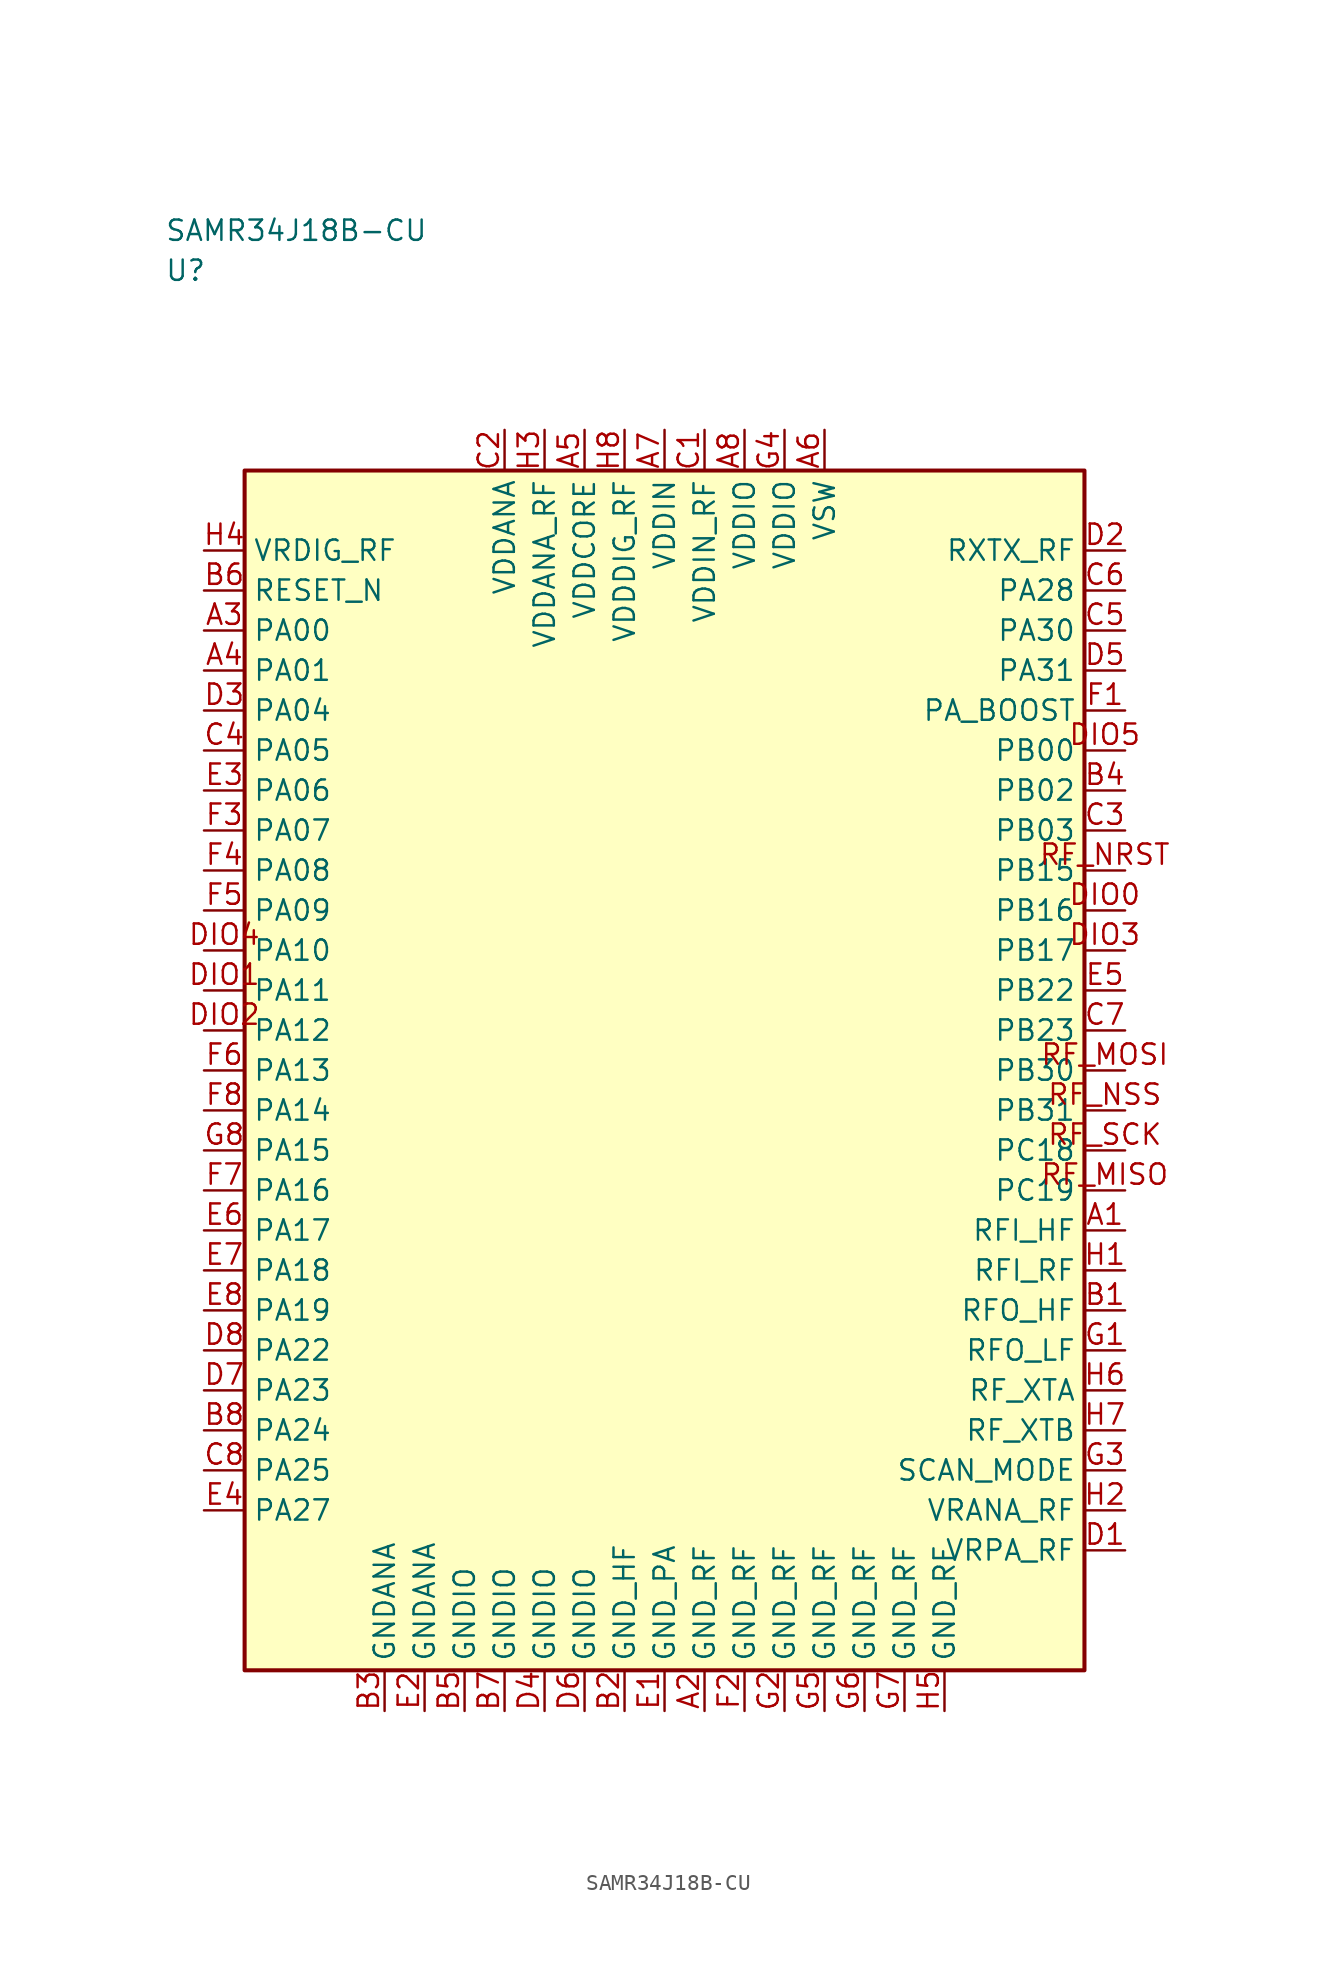
<source format=kicad_sym>
(kicad_symbol_lib
  (version 20241025)
  (generator "kicad_symbol_editor")
  (generator_version "8.0")
  (symbol "SAMR34J18B-CU"
    (property "Reference" "U"
      (at -31.25 50.0 0)
      (effects (font (size 1.27 1.27)) (justify left)))
    (property "Value" "SAMR34J18B-CU"
      (at -31.25 52.5 0)
      (effects (font (size 1.27 1.27)) (justify left)))
    (symbol "SAMR34J18B-CU_0_1"
      (rectangle (start -26.25 37.5) (end 26.25 -37.5) (stroke (width 0.254) (type default)) (fill (type background))))
    (symbol "SAMR34J18B-CU_1_1"
      (pin bidirectional line (at 28.79 10.0 180.0) (length 2.54) (name "PB16" (effects (font (size 1.27 1.27)))) (number "DIO0" (effects (font (size 1.27 1.27)))))
      (pin bidirectional line (at -28.79 5.0 0.0) (length 2.54) (name "PA11" (effects (font (size 1.27 1.27)))) (number "DIO1" (effects (font (size 1.27 1.27)))))
      (pin bidirectional line (at -28.79 2.5 0.0) (length 2.54) (name "PA12" (effects (font (size 1.27 1.27)))) (number "DIO2" (effects (font (size 1.27 1.27)))))
      (pin bidirectional line (at 28.79 7.5 180.0) (length 2.54) (name "PB17" (effects (font (size 1.27 1.27)))) (number "DIO3" (effects (font (size 1.27 1.27)))))
      (pin bidirectional line (at -28.79 7.5 0.0) (length 2.54) (name "PA10" (effects (font (size 1.27 1.27)))) (number "DIO4" (effects (font (size 1.27 1.27)))))
      (pin bidirectional line (at 28.79 20.0 180.0) (length 2.54) (name "PB00" (effects (font (size 1.27 1.27)))) (number "DIO5" (effects (font (size 1.27 1.27)))))
      (pin bidirectional line (at 28.79 -7.5 180.0) (length 2.54) (name "PC19" (effects (font (size 1.27 1.27)))) (number "RF_MISO" (effects (font (size 1.27 1.27)))))
      (pin bidirectional line (at 28.79 0.0 180.0) (length 2.54) (name "PB30" (effects (font (size 1.27 1.27)))) (number "RF_MOSI" (effects (font (size 1.27 1.27)))))
      (pin bidirectional line (at 28.79 12.5 180.0) (length 2.54) (name "PB15" (effects (font (size 1.27 1.27)))) (number "RF_NRST" (effects (font (size 1.27 1.27)))))
      (pin bidirectional line (at 28.79 -2.5 180.0) (length 2.54) (name "PB31" (effects (font (size 1.27 1.27)))) (number "RF_NSS" (effects (font (size 1.27 1.27)))))
      (pin bidirectional line (at 28.79 -5.0 180.0) (length 2.54) (name "PC18" (effects (font (size 1.27 1.27)))) (number "RF_SCK" (effects (font (size 1.27 1.27)))))
      (pin bidirectional line (at 28.79 -10.0 180.0) (length 2.54) (name "RFI_HF" (effects (font (size 1.27 1.27)))) (number "A1" (effects (font (size 1.27 1.27)))))
      (pin passive line (at 2.5 -40.04 90.0) (length 2.54) (name "GND_RF" (effects (font (size 1.27 1.27)))) (number "A2" (effects (font (size 1.27 1.27)))))
      (pin bidirectional line (at -28.79 27.5 0.0) (length 2.54) (name "PA00" (effects (font (size 1.27 1.27)))) (number "A3" (effects (font (size 1.27 1.27)))))
      (pin bidirectional line (at -28.79 25.0 0.0) (length 2.54) (name "PA01" (effects (font (size 1.27 1.27)))) (number "A4" (effects (font (size 1.27 1.27)))))
      (pin power_in line (at -5.0 40.04 270.0) (length 2.54) (name "VDDCORE" (effects (font (size 1.27 1.27)))) (number "A5" (effects (font (size 1.27 1.27)))))
      (pin power_in line (at 10.0 40.04 270.0) (length 2.54) (name "VSW" (effects (font (size 1.27 1.27)))) (number "A6" (effects (font (size 1.27 1.27)))))
      (pin power_in line (at 0.0 40.04 270.0) (length 2.54) (name "VDDIN" (effects (font (size 1.27 1.27)))) (number "A7" (effects (font (size 1.27 1.27)))))
      (pin power_in line (at 5.0 40.04 270.0) (length 2.54) (name "VDDIO" (effects (font (size 1.27 1.27)))) (number "A8" (effects (font (size 1.27 1.27)))))
      (pin bidirectional line (at 28.79 -15.0 180.0) (length 2.54) (name "RFO_HF" (effects (font (size 1.27 1.27)))) (number "B1" (effects (font (size 1.27 1.27)))))
      (pin passive line (at -2.5 -40.04 90.0) (length 2.54) (name "GND_HF" (effects (font (size 1.27 1.27)))) (number "B2" (effects (font (size 1.27 1.27)))))
      (pin passive line (at -17.5 -40.04 90.0) (length 2.54) (name "GNDANA" (effects (font (size 1.27 1.27)))) (number "B3" (effects (font (size 1.27 1.27)))))
      (pin bidirectional line (at 28.79 17.5 180.0) (length 2.54) (name "PB02" (effects (font (size 1.27 1.27)))) (number "B4" (effects (font (size 1.27 1.27)))))
      (pin passive line (at -12.5 -40.04 90.0) (length 2.54) (name "GNDIO" (effects (font (size 1.27 1.27)))) (number "B5" (effects (font (size 1.27 1.27)))))
      (pin input line (at -28.79 30.0 0.0) (length 2.54) (name "RESET_N" (effects (font (size 1.27 1.27)))) (number "B6" (effects (font (size 1.27 1.27)))))
      (pin passive line (at -10.0 -40.04 90.0) (length 2.54) (name "GNDIO" (effects (font (size 1.27 1.27)))) (number "B7" (effects (font (size 1.27 1.27)))))
      (pin bidirectional line (at -28.79 -22.5 0.0) (length 2.54) (name "PA24" (effects (font (size 1.27 1.27)))) (number "B8" (effects (font (size 1.27 1.27)))))
      (pin power_in line (at 2.5 40.04 270.0) (length 2.54) (name "VDDIN_RF" (effects (font (size 1.27 1.27)))) (number "C1" (effects (font (size 1.27 1.27)))))
      (pin power_in line (at -10.0 40.04 270.0) (length 2.54) (name "VDDANA" (effects (font (size 1.27 1.27)))) (number "C2" (effects (font (size 1.27 1.27)))))
      (pin bidirectional line (at 28.79 15.0 180.0) (length 2.54) (name "PB03" (effects (font (size 1.27 1.27)))) (number "C3" (effects (font (size 1.27 1.27)))))
      (pin bidirectional line (at -28.79 20.0 0.0) (length 2.54) (name "PA05" (effects (font (size 1.27 1.27)))) (number "C4" (effects (font (size 1.27 1.27)))))
      (pin bidirectional line (at 28.79 27.5 180.0) (length 2.54) (name "PA30" (effects (font (size 1.27 1.27)))) (number "C5" (effects (font (size 1.27 1.27)))))
      (pin bidirectional line (at 28.79 30.0 180.0) (length 2.54) (name "PA28" (effects (font (size 1.27 1.27)))) (number "C6" (effects (font (size 1.27 1.27)))))
      (pin bidirectional line (at 28.79 2.5 180.0) (length 2.54) (name "PB23" (effects (font (size 1.27 1.27)))) (number "C7" (effects (font (size 1.27 1.27)))))
      (pin bidirectional line (at -28.79 -25.0 0.0) (length 2.54) (name "PA25" (effects (font (size 1.27 1.27)))) (number "C8" (effects (font (size 1.27 1.27)))))
      (pin bidirectional line (at 28.79 -30.0 180.0) (length 2.54) (name "VRPA_RF" (effects (font (size 1.27 1.27)))) (number "D1" (effects (font (size 1.27 1.27)))))
      (pin output line (at 28.79 32.5 180.0) (length 2.54) (name "RXTX_RF" (effects (font (size 1.27 1.27)))) (number "D2" (effects (font (size 1.27 1.27)))))
      (pin bidirectional line (at -28.79 22.5 0.0) (length 2.54) (name "PA04" (effects (font (size 1.27 1.27)))) (number "D3" (effects (font (size 1.27 1.27)))))
      (pin passive line (at -7.5 -40.04 90.0) (length 2.54) (name "GNDIO" (effects (font (size 1.27 1.27)))) (number "D4" (effects (font (size 1.27 1.27)))))
      (pin bidirectional line (at 28.79 25.0 180.0) (length 2.54) (name "PA31" (effects (font (size 1.27 1.27)))) (number "D5" (effects (font (size 1.27 1.27)))))
      (pin passive line (at -5.0 -40.04 90.0) (length 2.54) (name "GNDIO" (effects (font (size 1.27 1.27)))) (number "D6" (effects (font (size 1.27 1.27)))))
      (pin bidirectional line (at -28.79 -20.0 0.0) (length 2.54) (name "PA23" (effects (font (size 1.27 1.27)))) (number "D7" (effects (font (size 1.27 1.27)))))
      (pin bidirectional line (at -28.79 -17.5 0.0) (length 2.54) (name "PA22" (effects (font (size 1.27 1.27)))) (number "D8" (effects (font (size 1.27 1.27)))))
      (pin passive line (at 0.0 -40.04 90.0) (length 2.54) (name "GND_PA" (effects (font (size 1.27 1.27)))) (number "E1" (effects (font (size 1.27 1.27)))))
      (pin passive line (at -15.0 -40.04 90.0) (length 2.54) (name "GNDANA" (effects (font (size 1.27 1.27)))) (number "E2" (effects (font (size 1.27 1.27)))))
      (pin bidirectional line (at -28.79 17.5 0.0) (length 2.54) (name "PA06" (effects (font (size 1.27 1.27)))) (number "E3" (effects (font (size 1.27 1.27)))))
      (pin bidirectional line (at -28.79 -27.5 0.0) (length 2.54) (name "PA27" (effects (font (size 1.27 1.27)))) (number "E4" (effects (font (size 1.27 1.27)))))
      (pin bidirectional line (at 28.79 5.0 180.0) (length 2.54) (name "PB22" (effects (font (size 1.27 1.27)))) (number "E5" (effects (font (size 1.27 1.27)))))
      (pin bidirectional line (at -28.79 -10.0 0.0) (length 2.54) (name "PA17" (effects (font (size 1.27 1.27)))) (number "E6" (effects (font (size 1.27 1.27)))))
      (pin bidirectional line (at -28.79 -12.5 0.0) (length 2.54) (name "PA18" (effects (font (size 1.27 1.27)))) (number "E7" (effects (font (size 1.27 1.27)))))
      (pin bidirectional line (at -28.79 -15.0 0.0) (length 2.54) (name "PA19" (effects (font (size 1.27 1.27)))) (number "E8" (effects (font (size 1.27 1.27)))))
      (pin bidirectional line (at 28.79 22.5 180.0) (length 2.54) (name "PA_BOOST" (effects (font (size 1.27 1.27)))) (number "F1" (effects (font (size 1.27 1.27)))))
      (pin passive line (at 5.0 -40.04 90.0) (length 2.54) (name "GND_RF" (effects (font (size 1.27 1.27)))) (number "F2" (effects (font (size 1.27 1.27)))))
      (pin bidirectional line (at -28.79 15.0 0.0) (length 2.54) (name "PA07" (effects (font (size 1.27 1.27)))) (number "F3" (effects (font (size 1.27 1.27)))))
      (pin bidirectional line (at -28.79 12.5 0.0) (length 2.54) (name "PA08" (effects (font (size 1.27 1.27)))) (number "F4" (effects (font (size 1.27 1.27)))))
      (pin bidirectional line (at -28.79 10.0 0.0) (length 2.54) (name "PA09" (effects (font (size 1.27 1.27)))) (number "F5" (effects (font (size 1.27 1.27)))))
      (pin bidirectional line (at -28.79 0.0 0.0) (length 2.54) (name "PA13" (effects (font (size 1.27 1.27)))) (number "F6" (effects (font (size 1.27 1.27)))))
      (pin bidirectional line (at -28.79 -7.5 0.0) (length 2.54) (name "PA16" (effects (font (size 1.27 1.27)))) (number "F7" (effects (font (size 1.27 1.27)))))
      (pin bidirectional line (at -28.79 -2.5 0.0) (length 2.54) (name "PA14" (effects (font (size 1.27 1.27)))) (number "F8" (effects (font (size 1.27 1.27)))))
      (pin bidirectional line (at 28.79 -17.5 180.0) (length 2.54) (name "RFO_LF" (effects (font (size 1.27 1.27)))) (number "G1" (effects (font (size 1.27 1.27)))))
      (pin passive line (at 7.5 -40.04 90.0) (length 2.54) (name "GND_RF" (effects (font (size 1.27 1.27)))) (number "G2" (effects (font (size 1.27 1.27)))))
      (pin bidirectional line (at 28.79 -25.0 180.0) (length 2.54) (name "SCAN_MODE" (effects (font (size 1.27 1.27)))) (number "G3" (effects (font (size 1.27 1.27)))))
      (pin power_in line (at 7.5 40.04 270.0) (length 2.54) (name "VDDIO" (effects (font (size 1.27 1.27)))) (number "G4" (effects (font (size 1.27 1.27)))))
      (pin passive line (at 10.0 -40.04 90.0) (length 2.54) (name "GND_RF" (effects (font (size 1.27 1.27)))) (number "G5" (effects (font (size 1.27 1.27)))))
      (pin passive line (at 12.5 -40.04 90.0) (length 2.54) (name "GND_RF" (effects (font (size 1.27 1.27)))) (number "G6" (effects (font (size 1.27 1.27)))))
      (pin passive line (at 15.0 -40.04 90.0) (length 2.54) (name "GND_RF" (effects (font (size 1.27 1.27)))) (number "G7" (effects (font (size 1.27 1.27)))))
      (pin bidirectional line (at -28.79 -5.0 0.0) (length 2.54) (name "PA15" (effects (font (size 1.27 1.27)))) (number "G8" (effects (font (size 1.27 1.27)))))
      (pin bidirectional line (at 28.79 -12.5 180.0) (length 2.54) (name "RFI_RF" (effects (font (size 1.27 1.27)))) (number "H1" (effects (font (size 1.27 1.27)))))
      (pin bidirectional line (at 28.79 -27.5 180.0) (length 2.54) (name "VRANA_RF" (effects (font (size 1.27 1.27)))) (number "H2" (effects (font (size 1.27 1.27)))))
      (pin power_in line (at -7.5 40.04 270.0) (length 2.54) (name "VDDANA_RF" (effects (font (size 1.27 1.27)))) (number "H3" (effects (font (size 1.27 1.27)))))
      (pin input line (at -28.79 32.5 0.0) (length 2.54) (name "VRDIG_RF" (effects (font (size 1.27 1.27)))) (number "H4" (effects (font (size 1.27 1.27)))))
      (pin passive line (at 17.5 -40.04 90.0) (length 2.54) (name "GND_RF" (effects (font (size 1.27 1.27)))) (number "H5" (effects (font (size 1.27 1.27)))))
      (pin bidirectional line (at 28.79 -20.0 180.0) (length 2.54) (name "RF_XTA" (effects (font (size 1.27 1.27)))) (number "H6" (effects (font (size 1.27 1.27)))))
      (pin bidirectional line (at 28.79 -22.5 180.0) (length 2.54) (name "RF_XTB" (effects (font (size 1.27 1.27)))) (number "H7" (effects (font (size 1.27 1.27)))))
      (pin power_in line (at -2.5 40.04 270.0) (length 2.54) (name "VDDDIG_RF" (effects (font (size 1.27 1.27)))) (number "H8" (effects (font (size 1.27 1.27))))))))
</source>
